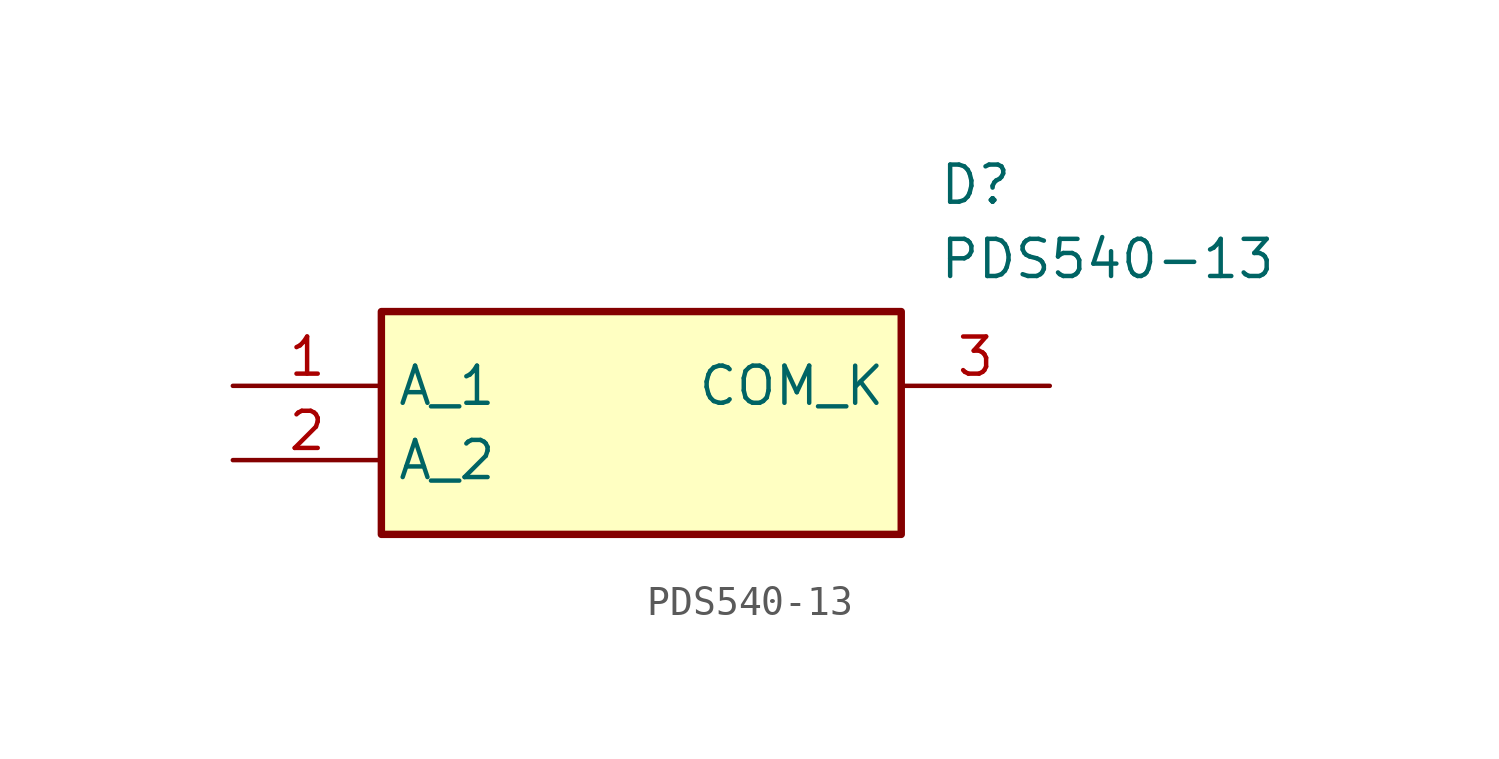
<source format=kicad_sym>
(kicad_symbol_lib
  (version 20211014)
  (generator SamacSys_ECAD_Model)
  (symbol "PDS540-13"
    (property "Reference" "D"
      (at 24.13 7.62 0)
      (effects (font (size 1.27 1.27)) (justify left top)))
    (property "Value" "PDS540-13"
      (at 24.13 5.08 0)
      (effects (font (size 1.27 1.27)) (justify left top)))
    (rectangle
      (start 5.08 2.54)
      (end 22.86 -5.08)
      (stroke (width 0.254) (type default))
      (fill (type background)))
    (pin passive line
      (at 0 0 0)
      (length 5.08)
      (name "A_1" (effects (font (size 1.27 1.27))))
      (number "1" (effects (font (size 1.27 1.27)))))
    (pin passive line
      (at 0 -2.54 0)
      (length 5.08)
      (name "A_2" (effects (font (size 1.27 1.27))))
      (number "2" (effects (font (size 1.27 1.27)))))
    (pin passive line
      (at 27.94 0 180)
      (length 5.08)
      (name "COM_K" (effects (font (size 1.27 1.27))))
      (number "3" (effects (font (size 1.27 1.27)))))))
</source>
